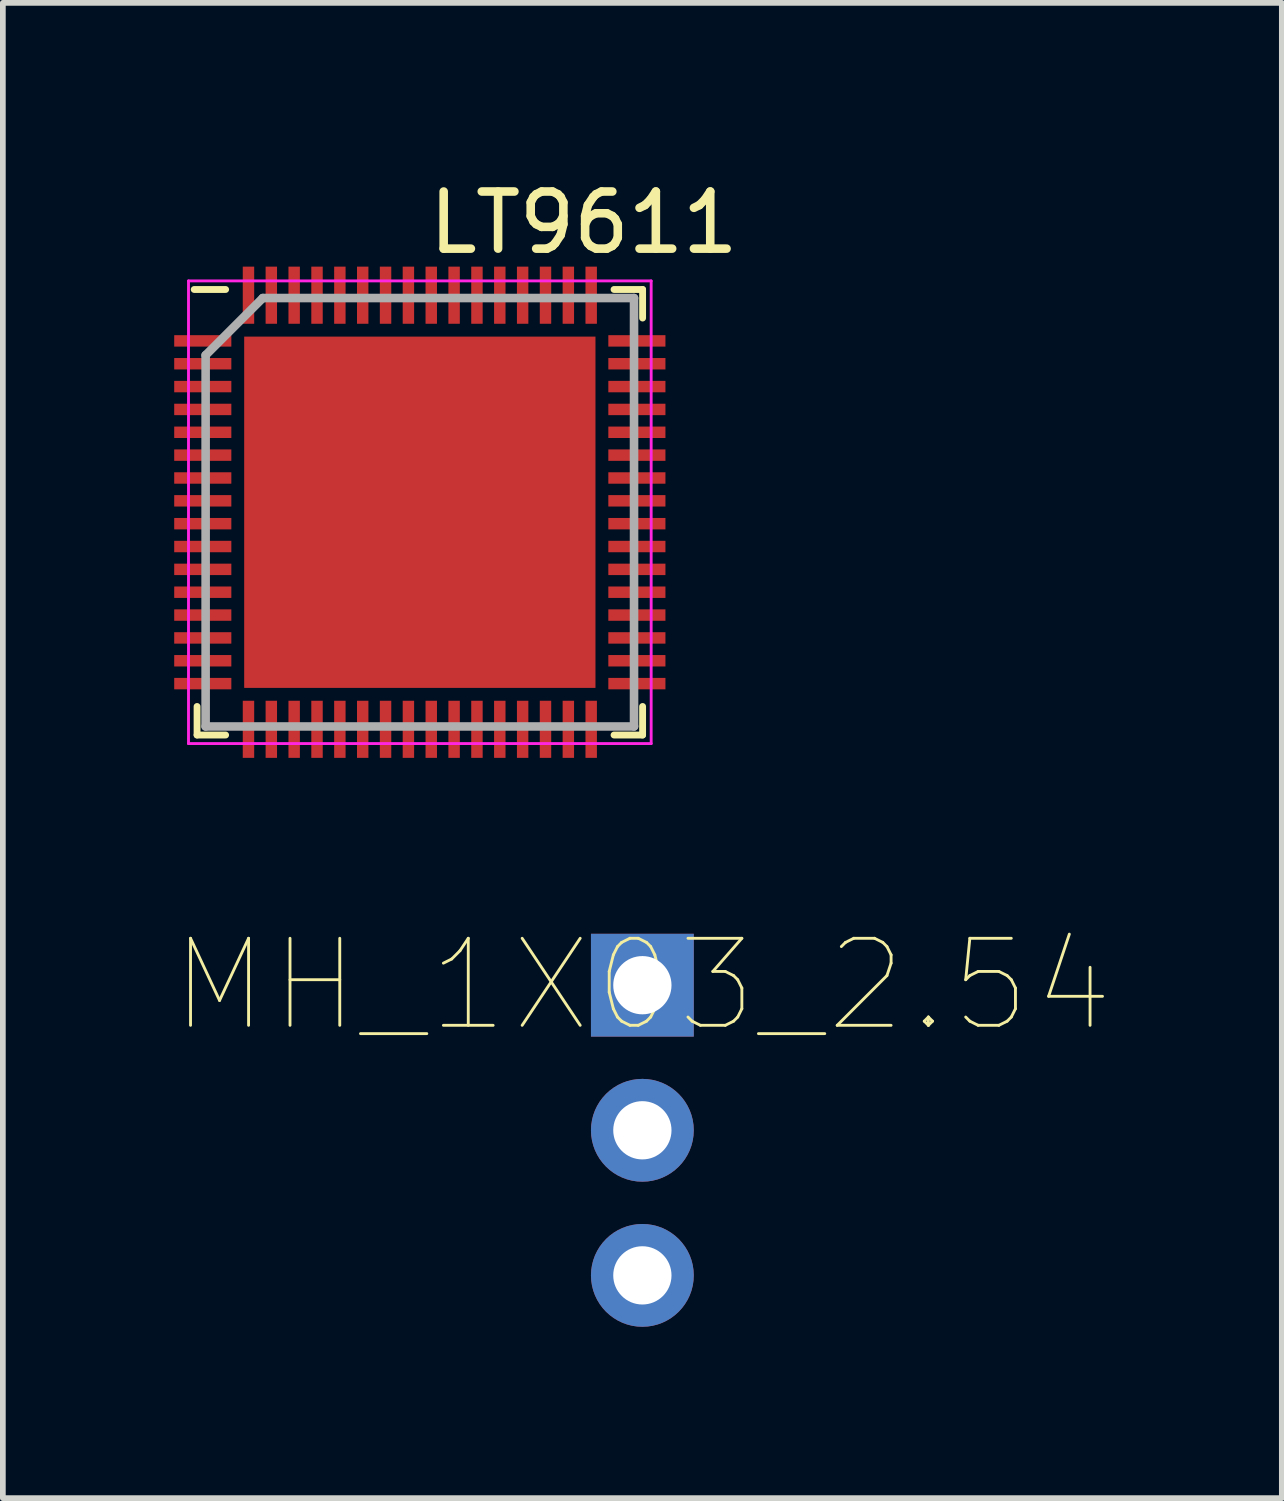
<source format=kicad_pcb>
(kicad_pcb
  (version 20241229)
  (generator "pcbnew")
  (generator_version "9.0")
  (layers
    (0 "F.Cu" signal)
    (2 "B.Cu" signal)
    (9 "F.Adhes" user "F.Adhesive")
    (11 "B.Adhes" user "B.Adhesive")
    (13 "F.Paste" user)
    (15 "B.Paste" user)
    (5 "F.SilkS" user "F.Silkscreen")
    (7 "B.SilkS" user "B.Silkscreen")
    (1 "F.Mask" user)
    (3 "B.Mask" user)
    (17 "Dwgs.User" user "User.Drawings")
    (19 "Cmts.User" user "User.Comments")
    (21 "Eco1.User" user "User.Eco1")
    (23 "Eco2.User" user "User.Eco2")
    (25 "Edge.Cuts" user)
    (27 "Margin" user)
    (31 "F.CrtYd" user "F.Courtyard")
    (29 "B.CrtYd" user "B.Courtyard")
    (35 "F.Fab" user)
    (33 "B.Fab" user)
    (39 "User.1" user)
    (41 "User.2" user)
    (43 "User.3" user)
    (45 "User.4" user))
  (footprint "LT9611"
    (layer "F.Cu")
    (at 4.28 5.788)
    (property "Reference" "LT9611" (at 2.89 -4.94 0) (layer "F.SilkS") (effects (font (size 1 1) (thickness 0.15))))
    (attr through_hole)
    (fp_line (start -3.88 4.03) (end -3.88 3.53) (stroke (width 0.12) (type solid)) (layer "F.SilkS"))
    (fp_line (start -3.38 -3.77) (end -3.93 -3.77) (stroke (width 0.12) (type solid)) (layer "F.SilkS"))
    (fp_line (start -3.38 4.03) (end -3.88 4.03) (stroke (width 0.12) (type solid)) (layer "F.SilkS"))
    (fp_line (start 3.42 -3.77) (end 3.92 -3.77) (stroke (width 0.12) (type solid)) (layer "F.SilkS"))
    (fp_line (start 3.42 4.03) (end 3.92 4.03) (stroke (width 0.12) (type solid)) (layer "F.SilkS"))
    (fp_line (start 3.92 -3.77) (end 3.92 -3.27) (stroke (width 0.12) (type solid)) (layer "F.SilkS"))
    (fp_line (start 3.92 4.03) (end 3.92 3.53) (stroke (width 0.12) (type solid)) (layer "F.SilkS"))
    (fp_line (start -4.03 -3.92) (end 4.07 -3.92) (stroke (width 0.05) (type solid)) (layer "F.CrtYd"))
    (fp_line (start -4.03 4.18) (end -4.03 -3.92) (stroke (width 0.05) (type solid)) (layer "F.CrtYd"))
    (fp_line (start 4.07 -3.92) (end 4.07 4.18) (stroke (width 0.05) (type solid)) (layer "F.CrtYd"))
    (fp_line (start 4.07 4.18) (end -4.03 4.18) (stroke (width 0.05) (type solid)) (layer "F.CrtYd"))
    (fp_line (start -3.73 -2.62) (end -3.73 3.88) (stroke (width 0.15) (type solid)) (layer "F.Fab"))
    (fp_line (start -3.73 3.88) (end 3.77 3.88) (stroke (width 0.15) (type solid)) (layer "F.Fab"))
    (fp_line (start -2.73 -3.62) (end -3.73 -2.62) (stroke (width 0.15) (type solid)) (layer "F.Fab"))
    (fp_line (start 3.77 -3.62) (end -2.73 -3.62) (stroke (width 0.15) (type solid)) (layer "F.Fab"))
    (fp_line (start 3.77 3.88) (end 3.77 -3.62) (stroke (width 0.15) (type solid)) (layer "F.Fab"))
    (pad "" smd rect (at -1.88 -1.77) (size 1.6 1.6) (layers "F.Cu" "F.Paste"))
    (pad "" smd rect (at -1.88 0.13) (size 1.6 1.6) (layers "F.Cu" "F.Paste"))
    (pad "" smd rect (at -1.88 2.03) (size 1.6 1.6) (layers "F.Cu" "F.Paste"))
    (pad "" smd rect (at 0.02 -1.77) (size 1.6 1.6) (layers "F.Cu" "F.Paste"))
    (pad "" smd rect (at 0.02 0.13) (size 1.6 1.6) (layers "F.Cu" "F.Paste"))
    (pad "" smd rect (at 0.02 2.03) (size 1.6 1.6) (layers "F.Cu" "F.Paste"))
    (pad "" smd rect (at 1.92 -1.77) (size 1.6 1.6) (layers "F.Cu" "F.Paste"))
    (pad "" smd rect (at 1.92 0.13) (size 1.6 1.6) (layers "F.Cu" "F.Paste"))
    (pad "" smd rect (at 1.92 2.03) (size 1.6 1.6) (layers "F.Cu" "F.Paste"))
    (pad "1" smd rect (at -3.48 -2.87 90) (size 0.2 1) (drill (offset 0 -0.3)) (layers "F.Cu" "F.Mask" "F.Paste"))
    (pad "2" smd rect (at -3.48 -2.47 90) (size 0.2 1) (drill (offset 0 -0.3)) (layers "F.Cu" "F.Mask" "F.Paste"))
    (pad "3" smd rect (at -3.48 -2.07 90) (size 0.2 1) (drill (offset 0 -0.3)) (layers "F.Cu" "F.Mask" "F.Paste"))
    (pad "4" smd rect (at -3.48 -1.67 90) (size 0.2 1) (drill (offset 0 -0.3)) (layers "F.Cu" "F.Mask" "F.Paste"))
    (pad "5" smd rect (at -3.48 -1.27 90) (size 0.2 1) (drill (offset 0 -0.3)) (layers "F.Cu" "F.Mask" "F.Paste"))
    (pad "6" smd rect (at -3.48 -0.87 90) (size 0.2 1) (drill (offset 0 -0.3)) (layers "F.Cu" "F.Mask" "F.Paste"))
    (pad "7" smd rect (at -3.48 -0.47 90) (size 0.2 1) (drill (offset 0 -0.3)) (layers "F.Cu" "F.Mask" "F.Paste"))
    (pad "8" smd rect (at -3.48 -0.07 90) (size 0.2 1) (drill (offset 0 -0.3)) (layers "F.Cu" "F.Mask" "F.Paste"))
    (pad "9" smd rect (at -3.48 0.33 90) (size 0.2 1) (drill (offset 0 -0.3)) (layers "F.Cu" "F.Mask" "F.Paste"))
    (pad "10" smd rect (at -3.48 0.73 90) (size 0.2 1) (drill (offset 0 -0.3)) (layers "F.Cu" "F.Mask" "F.Paste"))
    (pad "11" smd rect (at -3.48 1.13 90) (size 0.2 1) (drill (offset 0 -0.3)) (layers "F.Cu" "F.Mask" "F.Paste"))
    (pad "12" smd rect (at -3.48 1.53 90) (size 0.2 1) (drill (offset 0 -0.3)) (layers "F.Cu" "F.Mask" "F.Paste"))
    (pad "13" smd rect (at -3.48 1.93 90) (size 0.2 1) (drill (offset 0 -0.3)) (layers "F.Cu" "F.Mask" "F.Paste"))
    (pad "14" smd rect (at -3.48 2.33 90) (size 0.2 1) (drill (offset 0 -0.3)) (layers "F.Cu" "F.Mask" "F.Paste"))
    (pad "15" smd rect (at -3.48 2.73 90) (size 0.2 1) (drill (offset 0 -0.3)) (layers "F.Cu" "F.Mask" "F.Paste"))
    (pad "16" smd rect (at -3.48 3.13 90) (size 0.2 1) (drill (offset 0 -0.3)) (layers "F.Cu" "F.Mask" "F.Paste"))
    (pad "17" smd rect (at -2.98 3.63) (size 0.2 1) (drill (offset 0 0.3)) (layers "F.Cu" "F.Mask" "F.Paste"))
    (pad "18" smd rect (at -2.58 3.63) (size 0.2 1) (drill (offset 0 0.3)) (layers "F.Cu" "F.Mask" "F.Paste"))
    (pad "19" smd rect (at -2.18 3.63) (size 0.2 1) (drill (offset 0 0.3)) (layers "F.Cu" "F.Mask" "F.Paste"))
    (pad "20" smd rect (at -1.78 3.63) (size 0.2 1) (drill (offset 0 0.3)) (layers "F.Cu" "F.Mask" "F.Paste"))
    (pad "21" smd rect (at -1.38 3.63) (size 0.2 1) (drill (offset 0 0.3)) (layers "F.Cu" "F.Mask" "F.Paste"))
    (pad "22" smd rect (at -0.98 3.63) (size 0.2 1) (drill (offset 0 0.3)) (layers "F.Cu" "F.Mask" "F.Paste"))
    (pad "23" smd rect (at -0.58 3.63) (size 0.2 1) (drill (offset 0 0.3)) (layers "F.Cu" "F.Mask" "F.Paste"))
    (pad "24" smd rect (at -0.18 3.63) (size 0.2 1) (drill (offset 0 0.3)) (layers "F.Cu" "F.Mask" "F.Paste"))
    (pad "25" smd rect (at 0.22 3.63) (size 0.2 1) (drill (offset 0 0.3)) (layers "F.Cu" "F.Mask" "F.Paste"))
    (pad "26" smd rect (at 0.62 3.63) (size 0.2 1) (drill (offset 0 0.3)) (layers "F.Cu" "F.Mask" "F.Paste"))
    (pad "27" smd rect (at 1.02 3.63) (size 0.2 1) (drill (offset 0 0.3)) (layers "F.Cu" "F.Mask" "F.Paste"))
    (pad "28" smd rect (at 1.42 3.63) (size 0.2 1) (drill (offset 0 0.3)) (layers "F.Cu" "F.Mask" "F.Paste"))
    (pad "29" smd rect (at 1.82 3.63) (size 0.2 1) (drill (offset 0 0.3)) (layers "F.Cu" "F.Mask" "F.Paste"))
    (pad "30" smd rect (at 2.22 3.63) (size 0.2 1) (drill (offset 0 0.3)) (layers "F.Cu" "F.Mask" "F.Paste"))
    (pad "31" smd rect (at 2.62 3.63) (size 0.2 1) (drill (offset 0 0.3)) (layers "F.Cu" "F.Mask" "F.Paste"))
    (pad "32" smd rect (at 3.02 3.63) (size 0.2 1) (drill (offset 0 0.3)) (layers "F.Cu" "F.Mask" "F.Paste"))
    (pad "33" smd rect (at 3.52 3.13 90) (size 0.2 1) (drill (offset 0 0.3)) (layers "F.Cu" "F.Mask" "F.Paste"))
    (pad "34" smd rect (at 3.52 2.73 90) (size 0.2 1) (drill (offset 0 0.3)) (layers "F.Cu" "F.Mask" "F.Paste"))
    (pad "35" smd rect (at 3.52 2.33 90) (size 0.2 1) (drill (offset 0 0.3)) (layers "F.Cu" "F.Mask" "F.Paste"))
    (pad "36" smd rect (at 3.52 1.93 90) (size 0.2 1) (drill (offset 0 0.3)) (layers "F.Cu" "F.Mask" "F.Paste"))
    (pad "37" smd rect (at 3.52 1.53 90) (size 0.2 1) (drill (offset 0 0.3)) (layers "F.Cu" "F.Mask" "F.Paste"))
    (pad "38" smd rect (at 3.52 1.13 90) (size 0.2 1) (drill (offset 0 0.3)) (layers "F.Cu" "F.Mask" "F.Paste"))
    (pad "39" smd rect (at 3.52 0.73 90) (size 0.2 1) (drill (offset 0 0.3)) (layers "F.Cu" "F.Mask" "F.Paste"))
    (pad "40" smd rect (at 3.52 0.33 90) (size 0.2 1) (drill (offset 0 0.3)) (layers "F.Cu" "F.Mask" "F.Paste"))
    (pad "41" smd rect (at 3.52 -0.07 90) (size 0.2 1) (drill (offset 0 0.3)) (layers "F.Cu" "F.Mask" "F.Paste"))
    (pad "42" smd rect (at 3.52 -0.47 90) (size 0.2 1) (drill (offset 0 0.3)) (layers "F.Cu" "F.Mask" "F.Paste"))
    (pad "43" smd rect (at 3.52 -0.87 90) (size 0.2 1) (drill (offset 0 0.3)) (layers "F.Cu" "F.Mask" "F.Paste"))
    (pad "44" smd rect (at 3.52 -1.27 90) (size 0.2 1) (drill (offset 0 0.3)) (layers "F.Cu" "F.Mask" "F.Paste"))
    (pad "45" smd rect (at 3.52 -1.67 90) (size 0.2 1) (drill (offset 0 0.3)) (layers "F.Cu" "F.Mask" "F.Paste"))
    (pad "46" smd rect (at 3.52 -2.07 90) (size 0.2 1) (drill (offset 0 0.3)) (layers "F.Cu" "F.Mask" "F.Paste"))
    (pad "47" smd rect (at 3.52 -2.47 90) (size 0.2 1) (drill (offset 0 0.3)) (layers "F.Cu" "F.Mask" "F.Paste"))
    (pad "48" smd rect (at 3.52 -2.87 90) (size 0.2 1) (drill (offset 0 0.3)) (layers "F.Cu" "F.Mask" "F.Paste"))
    (pad "49" smd rect (at 3.02 -3.37 180) (size 0.2 1) (drill (offset 0 0.3)) (layers "F.Cu" "F.Mask" "F.Paste"))
    (pad "50" smd rect (at 2.62 -3.37 180) (size 0.2 1) (drill (offset 0 0.3)) (layers "F.Cu" "F.Mask" "F.Paste"))
    (pad "51" smd rect (at 2.22 -3.37 180) (size 0.2 1) (drill (offset 0 0.3)) (layers "F.Cu" "F.Mask" "F.Paste"))
    (pad "52" smd rect (at 1.82 -3.37 180) (size 0.2 1) (drill (offset 0 0.3)) (layers "F.Cu" "F.Mask" "F.Paste"))
    (pad "53" smd rect (at 1.42 -3.37 180) (size 0.2 1) (drill (offset 0 0.3)) (layers "F.Cu" "F.Mask" "F.Paste"))
    (pad "54" smd rect (at 1.02 -3.37 180) (size 0.2 1) (drill (offset 0 0.3)) (layers "F.Cu" "F.Mask" "F.Paste"))
    (pad "55" smd rect (at 0.62 -3.37 180) (size 0.2 1) (drill (offset 0 0.3)) (layers "F.Cu" "F.Mask" "F.Paste"))
    (pad "56" smd rect (at 0.22 -3.37 180) (size 0.2 1) (drill (offset 0 0.3)) (layers "F.Cu" "F.Mask" "F.Paste"))
    (pad "57" smd rect (at -0.18 -3.37 180) (size 0.2 1) (drill (offset 0 0.3)) (layers "F.Cu" "F.Mask" "F.Paste"))
    (pad "58" smd rect (at -0.58 -3.37 180) (size 0.2 1) (drill (offset 0 0.3)) (layers "F.Cu" "F.Mask" "F.Paste"))
    (pad "59" smd rect (at -0.98 -3.37 180) (size 0.2 1) (drill (offset 0 0.3)) (layers "F.Cu" "F.Mask" "F.Paste"))
    (pad "60" smd rect (at -1.38 -3.37 180) (size 0.2 1) (drill (offset 0 0.3)) (layers "F.Cu" "F.Mask" "F.Paste"))
    (pad "61" smd rect (at -1.78 -3.37 180) (size 0.2 1) (drill (offset 0 0.3)) (layers "F.Cu" "F.Mask" "F.Paste"))
    (pad "62" smd rect (at -2.18 -3.37 180) (size 0.2 1) (drill (offset 0 0.3)) (layers "F.Cu" "F.Mask" "F.Paste"))
    (pad "63" smd rect (at -2.58 -3.37 180) (size 0.2 1) (drill (offset 0 0.3)) (layers "F.Cu" "F.Mask" "F.Paste"))
    (pad "64" smd rect (at -2.98 -3.37 180) (size 0.2 1) (drill (offset 0 0.3)) (layers "F.Cu" "F.Mask" "F.Paste"))
    (pad "65" smd rect (at 0.02 0.13) (size 6.15 6.15) (layers "F.Cu" "F.Mask")))
  (footprint "MH_1X03_2.54"
    (layer "F.Cu")
    (at 8.196 14.198)
    (property "Reference" "MH_1X03_2.54" (at 0 0 0) (layer "F.SilkS") (effects (font (size 1.524 1.524) (thickness 0.05))))
    (attr smd)
    (pad "1" thru_hole rect (at 0 0 270) (size 1.8 1.8) (drill 1.02) (layers "*.Cu" "*.Mask"))
    (pad "2" thru_hole circle (at 0 2.54 270) (size 1.8 1.8) (drill 1.02) (layers "*.Cu" "*.Mask"))
    (pad "3" thru_hole circle (at 0 5.08 270) (size 1.8 1.8) (drill 1.02) (layers "*.Cu" "*.Mask")))
  (gr_rect
    (start -3 -3)
    (end 19.391 23.178)
    (stroke (width 0.1) (type default))
    (fill no)
    (layer "Edge.Cuts")))
</source>
